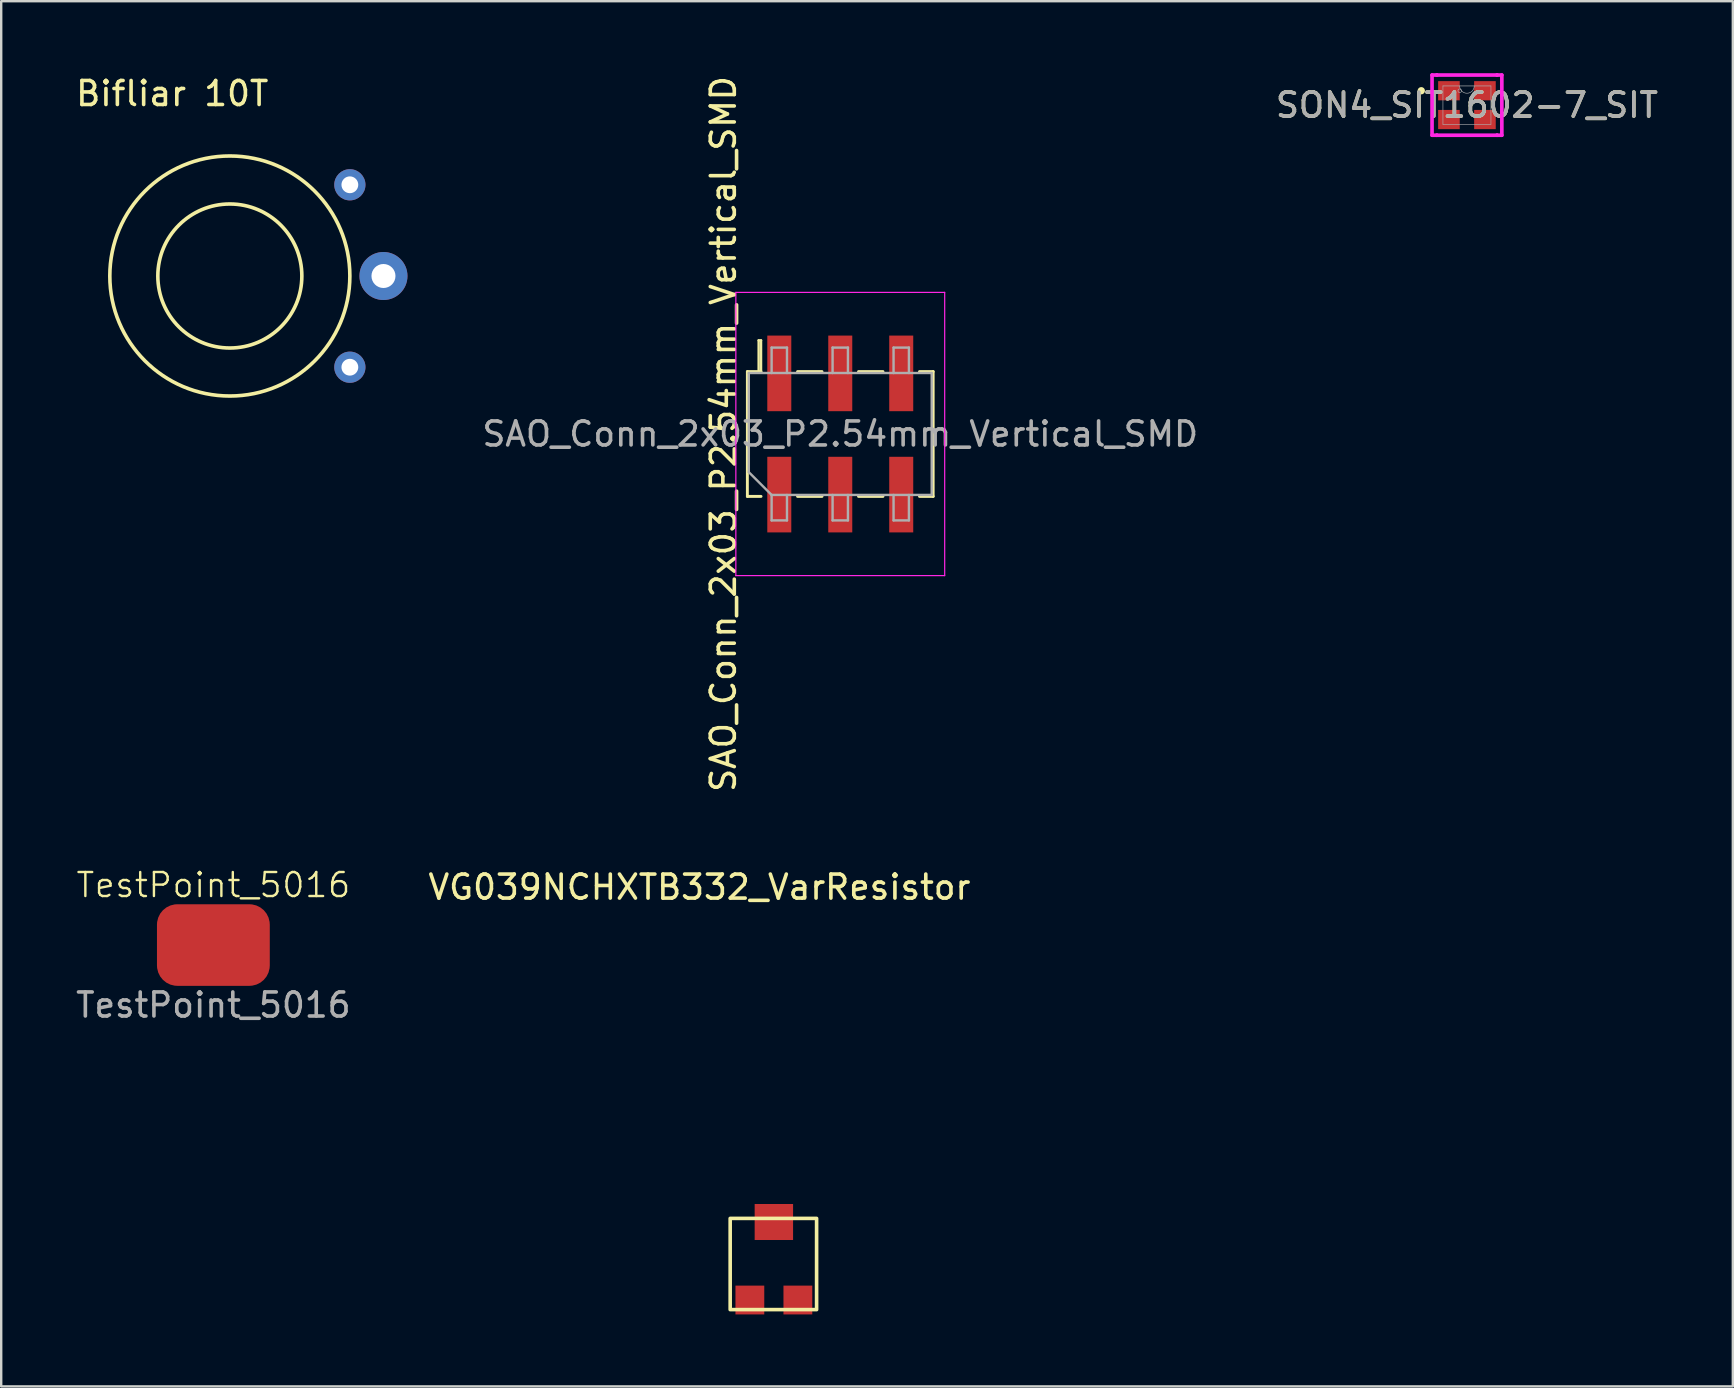
<source format=kicad_pcb>
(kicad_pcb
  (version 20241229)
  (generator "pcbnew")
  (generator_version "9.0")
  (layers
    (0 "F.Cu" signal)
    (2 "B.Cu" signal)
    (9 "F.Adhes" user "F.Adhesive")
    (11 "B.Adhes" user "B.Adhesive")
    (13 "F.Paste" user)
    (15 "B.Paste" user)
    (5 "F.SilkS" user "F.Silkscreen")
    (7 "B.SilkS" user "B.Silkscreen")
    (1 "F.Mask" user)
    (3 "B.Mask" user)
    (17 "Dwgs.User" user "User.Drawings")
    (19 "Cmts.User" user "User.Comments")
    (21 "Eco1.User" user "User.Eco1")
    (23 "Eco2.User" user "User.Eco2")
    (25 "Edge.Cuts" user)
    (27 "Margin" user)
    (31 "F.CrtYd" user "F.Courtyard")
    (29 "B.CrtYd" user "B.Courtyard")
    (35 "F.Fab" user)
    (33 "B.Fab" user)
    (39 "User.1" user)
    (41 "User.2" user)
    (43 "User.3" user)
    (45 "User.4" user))
  (footprint "SON4_SIT1602-7_SIT"
    (layer "F.Cu")
    (at 58.062 1.33)
    (property "Reference" "SON4_SIT1602-7_SIT" (at 0 0 0) (unlocked yes) (layer "F.SilkS") (effects (font (size 1 1) (thickness 0.15))))
    (attr smd)
    (fp_circle (center -1.902 -0.6) (end -1.825 -0.6) (stroke (width 0.152) (type solid)) (fill no) (layer "F.SilkS"))
    (fp_line (start -1.454 -1.254) (end -1.254 -1.254) (stroke (width 0.152) (type solid)) (layer "F.CrtYd"))
    (fp_line (start -1.454 1.254) (end -1.454 -1.254) (stroke (width 0.152) (type solid)) (layer "F.CrtYd"))
    (fp_line (start -1.454 1.254) (end -1.254 1.254) (stroke (width 0.152) (type solid)) (layer "F.CrtYd"))
    (fp_line (start -1.254 -1.254) (end -1.254 -1.254) (stroke (width 0.152) (type solid)) (layer "F.CrtYd"))
    (fp_line (start -1.254 -1.254) (end 1.254 -1.254) (stroke (width 0.152) (type solid)) (layer "F.CrtYd"))
    (fp_line (start -1.254 1.254) (end -1.254 1.254) (stroke (width 0.152) (type solid)) (layer "F.CrtYd"))
    (fp_line (start 1.254 -1.254) (end 1.254 -1.254) (stroke (width 0.152) (type solid)) (layer "F.CrtYd"))
    (fp_line (start 1.254 1.254) (end -1.254 1.254) (stroke (width 0.152) (type solid)) (layer "F.CrtYd"))
    (fp_line (start 1.254 1.254) (end 1.254 1.254) (stroke (width 0.152) (type solid)) (layer "F.CrtYd"))
    (fp_line (start 1.454 -1.254) (end 1.254 -1.254) (stroke (width 0.152) (type solid)) (layer "F.CrtYd"))
    (fp_line (start 1.454 -1.254) (end 1.454 1.254) (stroke (width 0.152) (type solid)) (layer "F.CrtYd"))
    (fp_line (start 1.454 1.254) (end 1.254 1.254) (stroke (width 0.152) (type solid)) (layer "F.CrtYd"))
    (fp_line (start -1 -0.8) (end -1 0.8) (stroke (width 0.025) (type solid)) (layer "F.Fab"))
    (fp_line (start -1 0.8) (end 1 0.8) (stroke (width 0.025) (type solid)) (layer "F.Fab"))
    (fp_line (start 1 -0.8) (end -1 -0.8) (stroke (width 0.025) (type solid)) (layer "F.Fab"))
    (fp_line (start 1 0.8) (end 1 -0.8) (stroke (width 0.025) (type solid)) (layer "F.Fab"))
    (fp_arc (start 0.3048 -0.8) (mid 0 -0.4952) (end -0.3048 -0.8) (stroke (width 0.0254) (type solid)) (layer "F.Fab"))
    (fp_circle (center -0.3 -0.6) (end -0.224 -0.6) (stroke (width 0.025) (type solid)) (fill no) (layer "F.Fab"))
    (fp_text user "${REFERENCE}" (at 0 0 0) (unlocked yes) (layer "F.Fab") (effects (font (size 1 1) (thickness 0.15))))
    (pad "1" smd rect (at -0.75 0.6) (size 0.9 0.8) (layers "F.Cu" "F.Mask" "F.Paste"))
    (pad "2" smd rect (at 0.75 0.6) (size 0.9 0.8) (layers "F.Cu" "F.Mask" "F.Paste"))
    (pad "3" smd rect (at 0.75 -0.6) (size 0.9 0.8) (layers "F.Cu" "F.Mask" "F.Paste"))
    (pad "4" smd rect (at -0.75 -0.6) (size 0.9 0.8) (layers "F.Cu" "F.Mask" "F.Paste")))
  (footprint "SAO_Conn_2x03_P2.54mm_Vertical_SMD"
    (layer "F.Cu")
    (at 31.805 15.13)
    (property "Reference" "SAO_Conn_2x03_P2.54mm_Vertical_SMD" (at -4.72 -0.1 90) (layer "F.SilkS") (effects (font (size 1 1) (thickness 0.15))))
    (attr smd)
    (fp_line (start -3.72 -2.7) (end -3.15 -2.7) (stroke (width 0.12) (type solid)) (layer "F.SilkS"))
    (fp_line (start -3.72 2.5) (end -3.72 -2.7) (stroke (width 0.12) (type solid)) (layer "F.SilkS"))
    (fp_line (start -3.72 2.5) (end -3.15 2.5) (stroke (width 0.12) (type solid)) (layer "F.SilkS"))
    (fp_line (start -3.25 -2.75) (end -3.25 -4) (stroke (width 0.1) (type default)) (layer "F.SilkS"))
    (fp_line (start -3.15 -4) (end -3.25 -4) (stroke (width 0.1) (type default)) (layer "F.SilkS"))
    (fp_line (start -3.15 -2.7) (end -3.15 -4) (stroke (width 0.1) (type default)) (layer "F.SilkS"))
    (fp_line (start -1.63 -2.7) (end -0.61 -2.7) (stroke (width 0.12) (type solid)) (layer "F.SilkS"))
    (fp_line (start -1.63 2.5) (end -0.61 2.5) (stroke (width 0.12) (type solid)) (layer "F.SilkS"))
    (fp_line (start 0.91 -2.7) (end 1.93 -2.7) (stroke (width 0.12) (type solid)) (layer "F.SilkS"))
    (fp_line (start 0.91 2.5) (end 1.93 2.5) (stroke (width 0.12) (type solid)) (layer "F.SilkS"))
    (fp_line (start 3.45 -2.7) (end 4.02 -2.7) (stroke (width 0.12) (type solid)) (layer "F.SilkS"))
    (fp_line (start 3.45 2.5) (end 4.02 2.5) (stroke (width 0.12) (type solid)) (layer "F.SilkS"))
    (fp_line (start 4.02 2.5) (end 4.02 -2.7) (stroke (width 0.12) (type solid)) (layer "F.SilkS"))
    (fp_line (start -4.2 -6) (end -4.2 5.8) (stroke (width 0.05) (type solid)) (layer "F.CrtYd"))
    (fp_line (start -4.2 5.8) (end 4.5 5.8) (stroke (width 0.05) (type solid)) (layer "F.CrtYd"))
    (fp_line (start 4.5 -6) (end -4.2 -6) (stroke (width 0.05) (type solid)) (layer "F.CrtYd"))
    (fp_line (start 4.5 5.8) (end 4.5 -6) (stroke (width 0.05) (type solid)) (layer "F.CrtYd"))
    (fp_line (start -3.66 -2.64) (end 3.96 -2.64) (stroke (width 0.1) (type solid)) (layer "F.Fab"))
    (fp_line (start -3.66 1.49) (end -3.66 -2.64) (stroke (width 0.1) (type solid)) (layer "F.Fab"))
    (fp_line (start -2.71 -3.7) (end -2.07 -3.7) (stroke (width 0.1) (type solid)) (layer "F.Fab"))
    (fp_line (start -2.71 -2.64) (end -2.71 -3.7) (stroke (width 0.1) (type solid)) (layer "F.Fab"))
    (fp_line (start -2.71 2.44) (end -3.66 1.49) (stroke (width 0.1) (type solid)) (layer "F.Fab"))
    (fp_line (start -2.71 2.44) (end -2.71 3.5) (stroke (width 0.1) (type solid)) (layer "F.Fab"))
    (fp_line (start -2.71 3.5) (end -2.07 3.5) (stroke (width 0.1) (type solid)) (layer "F.Fab"))
    (fp_line (start -2.07 -3.7) (end -2.07 -2.64) (stroke (width 0.1) (type solid)) (layer "F.Fab"))
    (fp_line (start -2.07 3.5) (end -2.07 2.44) (stroke (width 0.1) (type solid)) (layer "F.Fab"))
    (fp_line (start -0.17 -3.7) (end 0.47 -3.7) (stroke (width 0.1) (type solid)) (layer "F.Fab"))
    (fp_line (start -0.17 -2.64) (end -0.17 -3.7) (stroke (width 0.1) (type solid)) (layer "F.Fab"))
    (fp_line (start -0.17 2.44) (end -0.17 3.5) (stroke (width 0.1) (type solid)) (layer "F.Fab"))
    (fp_line (start -0.17 3.5) (end 0.47 3.5) (stroke (width 0.1) (type solid)) (layer "F.Fab"))
    (fp_line (start 0.47 -3.7) (end 0.47 -2.64) (stroke (width 0.1) (type solid)) (layer "F.Fab"))
    (fp_line (start 0.47 3.5) (end 0.47 2.44) (stroke (width 0.1) (type solid)) (layer "F.Fab"))
    (fp_line (start 2.37 -3.7) (end 3.01 -3.7) (stroke (width 0.1) (type solid)) (layer "F.Fab"))
    (fp_line (start 2.37 -2.64) (end 2.37 -3.7) (stroke (width 0.1) (type solid)) (layer "F.Fab"))
    (fp_line (start 2.37 2.44) (end 2.37 3.5) (stroke (width 0.1) (type solid)) (layer "F.Fab"))
    (fp_line (start 2.37 3.5) (end 3.01 3.5) (stroke (width 0.1) (type solid)) (layer "F.Fab"))
    (fp_line (start 3.01 -3.7) (end 3.01 -2.64) (stroke (width 0.1) (type solid)) (layer "F.Fab"))
    (fp_line (start 3.01 3.5) (end 3.01 2.44) (stroke (width 0.1) (type solid)) (layer "F.Fab"))
    (fp_line (start 3.96 -2.64) (end 3.96 2.44) (stroke (width 0.1) (type solid)) (layer "F.Fab"))
    (fp_line (start 3.96 2.44) (end -2.71 2.44) (stroke (width 0.1) (type solid)) (layer "F.Fab"))
    (fp_text user "${REFERENCE}" (at 0.15 -0.1 180) (layer "F.Fab") (effects (font (size 1 1) (thickness 0.15))))
    (pad "1" smd rect (at -2.39 -2.625 90) (size 3.15 1) (layers "F.Cu" "F.Mask" "F.Paste"))
    (pad "2" smd rect (at -2.39 2.425 90) (size 3.15 1) (layers "F.Cu" "F.Mask" "F.Paste"))
    (pad "3" smd rect (at 0.15 -2.625 90) (size 3.15 1) (layers "F.Cu" "F.Mask" "F.Paste"))
    (pad "4" smd rect (at 0.15 2.425 90) (size 3.15 1) (layers "F.Cu" "F.Mask" "F.Paste"))
    (pad "5" smd rect (at 2.69 -2.625 90) (size 3.15 1) (layers "F.Cu" "F.Mask" "F.Paste"))
    (pad "6" smd rect (at 2.69 2.425 90) (size 3.15 1) (layers "F.Cu" "F.Mask" "F.Paste")))
  (footprint "VG039NCHXTB332_VarResistor"
    (layer "F.Cu")
    (at 29.189 48.608)
    (property "Reference" "VG039NCHXTB332_VarResistor" (at -3.1 -14.7 0) (unlocked yes) (layer "F.SilkS") (effects (font (size 1 1) (thickness 0.15))))
    (attr smd)
    (fp_rect (start -1.82 -0.9) (end 1.78 2.9) (stroke (width 0.15) (type default)) (fill no) (layer "F.SilkS"))
    (pad "1" smd rect (at 1 2.5) (size 1.2 1.2) (layers "F.Cu" "F.Mask" "F.Paste"))
    (pad "2" smd rect (at 0 -0.75) (size 1.6 1.5) (layers "F.Cu" "F.Mask" "F.Paste"))
    (pad "3" smd rect (at -1 2.5) (size 1.2 1.2) (layers "F.Cu" "F.Mask" "F.Paste")))
  (footprint "Bifliar 10T"
    (layer "F.Cu")
    (at 6.525 8.448)
    (property "Reference" "Bifliar 10T" (at -2.4 -7.6 0) (unlocked yes) (layer "F.SilkS") (effects (font (size 1 1) (thickness 0.15))))
    (attr smd)
    (fp_circle (center 0 0) (end 3 0) (stroke (width 0.15) (type default)) (fill no) (layer "F.SilkS"))
    (fp_circle (center 0 0) (end 5 0) (stroke (width 0.15) (type default)) (fill no) (layer "F.SilkS"))
    (pad "1" thru_hole circle (at 5 -3.8) (size 1.3 1.3) (drill 0.7) (layers "*.Cu" "*.Mask"))
    (pad "2" thru_hole circle (at 6.4 0) (size 2 2) (drill 1) (layers "*.Cu" "*.Mask"))
    (pad "3" thru_hole circle (at 5 3.8) (size 1.3 1.3) (drill 0.7) (layers "*.Cu" "*.Mask")))
  (footprint "TestPoint_5016"
    (layer "F.Cu")
    (at 5.839 36.32)
    (property "Reference" "TestPoint_5016" (at 0 -2.5 0) (unlocked yes) (layer "F.SilkS") (effects (font (size 1 1) (thickness 0.1))))
    (attr smd)
    (fp_text user "${REFERENCE}" (at 0 2.5 0) (unlocked yes) (layer "F.Fab") (effects (font (size 1 1) (thickness 0.15))))
    (pad "1" smd roundrect (at 0 0) (size 4.7 3.4) (layers "F.Cu" "F.Mask" "F.Paste") (roundrect_rratio 0.25)))
  (gr_rect
    (start -3 -3)
    (end 69.139 54.708)
    (stroke (width 0.1) (type default))
    (fill no)
    (layer "Edge.Cuts")))
</source>
